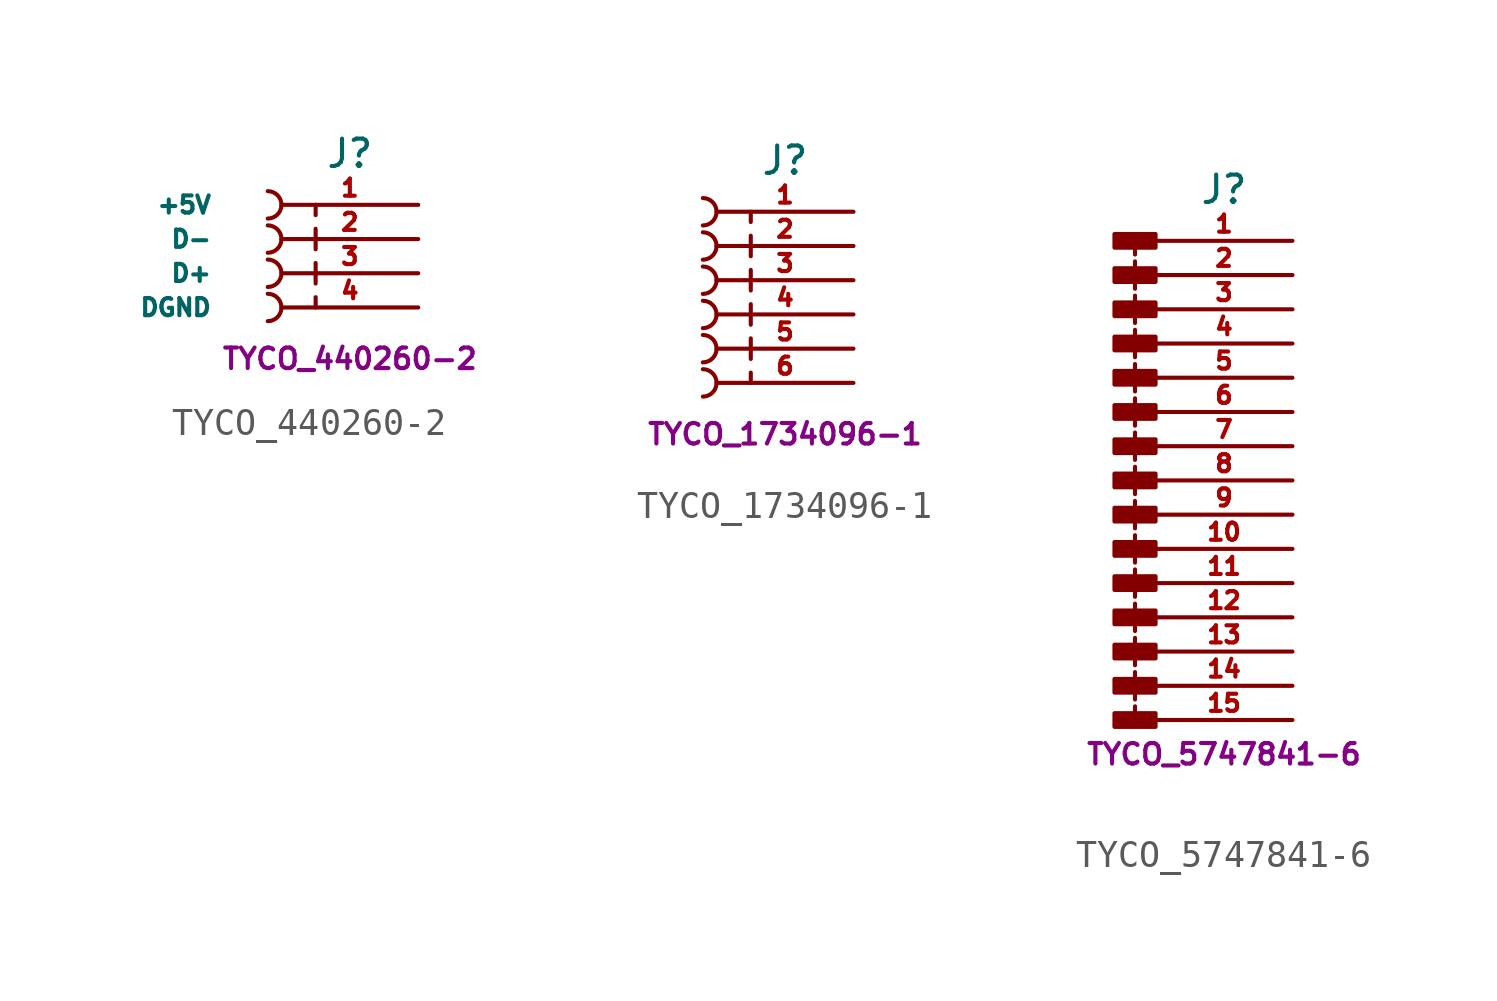
<source format=kicad_sym>
(kicad_symbol_lib
  (version 20211014)
  (generator kicad_symbol_editor)
  (symbol "TYCO_440260-2"
    (pin_names
      (offset 2.54))
    (property "Reference" "J"
      (at 0 3.175 0)
      (effects (font (size 1.016 1.016))))
    (property "Footprint" ""
      (at 0 -1.27 0)
      (effects (font (size 1.524 1.524))))
    (property "Datasheet" ""
      (at 0 -1.27 0)
      (effects (font (size 1.524 1.524))))
    (property "Unit" "TYCO_440260-2"
      (at 0 -4.445 0)
      (effects (font (size 0.762 0.762))))
    (symbol "TYCO_440260-2_0_1"
      (arc (start -3.048 -3.048) (mid -2.54 -2.54) (end -3.048 -2.032) (stroke (width 0) (type default) (color 0 0 0 0)) (fill (type none)))
      (arc (start -3.048 -1.778) (mid -2.54 -1.27) (end -3.048 -0.762) (stroke (width 0) (type default) (color 0 0 0 0)) (fill (type none)))
      (arc (start -3.048 -0.508) (mid -2.54 0) (end -3.048 0.508) (stroke (width 0) (type default) (color 0 0 0 0)) (fill (type none)))
      (arc (start -3.048 0.762) (mid -2.54 1.27) (end -3.048 1.778) (stroke (width 0) (type default) (color 0 0 0 0)) (fill (type none)))
      (polyline (pts (xy -1.27 -2.54) (xy -1.27 -2.159)) (stroke (width 0) (type default) (color 0 0 0 0)) (fill (type none)))
      (polyline (pts (xy -1.27 -1.651) (xy -1.27 -0.889)) (stroke (width 0) (type default) (color 0 0 0 0)) (fill (type none)))
      (polyline (pts (xy -1.27 -0.381) (xy -1.27 0.381)) (stroke (width 0) (type default) (color 0 0 0 0)) (fill (type none)))
      (polyline (pts (xy -1.27 1.27) (xy -1.27 0.889)) (stroke (width 0) (type default) (color 0 0 0 0)) (fill (type none))))
    (symbol "TYCO_440260-2_1_1"
      (pin passive line (at 2.54 1.27 180) (length 5.08) (name "+5V" (effects (font (size 0.635 0.635)))) (number "1" (effects (font (size 0.635 0.635)))))
      (pin passive line (at 2.54 0 180) (length 5.08) (name "D-" (effects (font (size 0.635 0.635)))) (number "2" (effects (font (size 0.635 0.635)))))
      (pin passive line (at 2.54 -1.27 180) (length 5.08) (name "D+" (effects (font (size 0.635 0.635)))) (number "3" (effects (font (size 0.635 0.635)))))
      (pin passive line (at 2.54 -2.54 180) (length 5.08) (name "DGND" (effects (font (size 0.635 0.635)))) (number "4" (effects (font (size 0.635 0.635)))))))
  (symbol "TYCO_1734096-1"
    (pin_names
      (offset 2.54))
    (property "Reference" "J"
      (at 0 5.715 0)
      (effects (font (size 1.016 1.016))))
    (property "Footprint" ""
      (at 0 1.27 0)
      (effects (font (size 1.524 1.524))))
    (property "Datasheet" ""
      (at 0 1.27 0)
      (effects (font (size 1.524 1.524))))
    (property "Unit" "TYCO_1734096-1"
      (at 0 -4.445 0)
      (effects (font (size 0.762 0.762))))
    (symbol "TYCO_1734096-1_0_1"
      (arc (start -3.048 -3.048) (mid -2.54 -2.54) (end -3.048 -2.032) (stroke (width 0) (type default) (color 0 0 0 0)) (fill (type none)))
      (arc (start -3.048 -1.778) (mid -2.54 -1.27) (end -3.048 -0.762) (stroke (width 0) (type default) (color 0 0 0 0)) (fill (type none)))
      (arc (start -3.048 -0.508) (mid -2.54 0) (end -3.048 0.508) (stroke (width 0) (type default) (color 0 0 0 0)) (fill (type none)))
      (arc (start -3.048 0.762) (mid -2.54 1.27) (end -3.048 1.778) (stroke (width 0) (type default) (color 0 0 0 0)) (fill (type none)))
      (arc (start -3.048 2.032) (mid -2.54 2.54) (end -3.048 3.048) (stroke (width 0) (type default) (color 0 0 0 0)) (fill (type none)))
      (arc (start -3.048 3.302) (mid -2.54 3.81) (end -3.048 4.318) (stroke (width 0) (type default) (color 0 0 0 0)) (fill (type none)))
      (polyline (pts (xy -1.27 -2.54) (xy -1.27 -2.159)) (stroke (width 0) (type default) (color 0 0 0 0)) (fill (type none)))
      (polyline (pts (xy -1.27 -1.651) (xy -1.27 -0.889)) (stroke (width 0) (type default) (color 0 0 0 0)) (fill (type none)))
      (polyline (pts (xy -1.27 -0.381) (xy -1.27 0.381)) (stroke (width 0) (type default) (color 0 0 0 0)) (fill (type none)))
      (polyline (pts (xy -1.27 0.889) (xy -1.27 1.651)) (stroke (width 0) (type default) (color 0 0 0 0)) (fill (type none)))
      (polyline (pts (xy -1.27 2.159) (xy -1.27 2.921)) (stroke (width 0) (type default) (color 0 0 0 0)) (fill (type none)))
      (polyline (pts (xy -1.27 3.81) (xy -1.27 3.429)) (stroke (width 0) (type default) (color 0 0 0 0)) (fill (type none))))
    (symbol "TYCO_1734096-1_1_1"
      (pin passive line (at 2.54 3.81 180) (length 5.08) (name "~" (effects (font (size 0.635 0.635)))) (number "1" (effects (font (size 0.635 0.635)))))
      (pin passive line (at 2.54 2.54 180) (length 5.08) (name "~" (effects (font (size 0.635 0.635)))) (number "2" (effects (font (size 0.635 0.635)))))
      (pin passive line (at 2.54 1.27 180) (length 5.08) (name "~" (effects (font (size 0.635 0.635)))) (number "3" (effects (font (size 0.635 0.635)))))
      (pin passive line (at 2.54 0 180) (length 5.08) (name "~" (effects (font (size 0.635 0.635)))) (number "4" (effects (font (size 0.635 0.635)))))
      (pin passive line (at 2.54 -1.27 180) (length 5.08) (name "~" (effects (font (size 0.635 0.635)))) (number "5" (effects (font (size 0.635 0.635)))))
      (pin passive line (at 2.54 -2.54 180) (length 5.08) (name "~" (effects (font (size 0.635 0.635)))) (number "6" (effects (font (size 0.635 0.635)))))))
  (symbol "TYCO_5747841-6"
    (pin_names
      (offset 2.54))
    (property "Reference" "J"
      (at 0 10.795 0)
      (effects (font (size 1.016 1.016))))
    (property "Footprint" ""
      (at 0 -7.62 0)
      (effects (font (size 1.524 1.524))))
    (property "Datasheet" ""
      (at 0 -7.62 0)
      (effects (font (size 1.524 1.524))))
    (property "Unit" "TYCO_5747841-6"
      (at 0 -10.16 0)
      (effects (font (size 0.762 0.762))))
    (symbol "TYCO_5747841-6_0_1"
      (rectangle (start -2.54 -8.636) (end -4.064 -9.144) (stroke (width 0) (type default) (color 0 0 0 0)) (fill (type outline)))
      (rectangle (start -2.54 -7.366) (end -4.064 -7.874) (stroke (width 0) (type default) (color 0 0 0 0)) (fill (type outline)))
      (rectangle (start -2.54 -6.096) (end -4.064 -6.604) (stroke (width 0) (type default) (color 0 0 0 0)) (fill (type outline)))
      (rectangle (start -2.54 -4.826) (end -4.064 -5.334) (stroke (width 0) (type default) (color 0 0 0 0)) (fill (type outline)))
      (rectangle (start -2.54 -3.556) (end -4.064 -4.064) (stroke (width 0) (type default) (color 0 0 0 0)) (fill (type outline)))
      (rectangle (start -2.54 -2.286) (end -4.064 -2.794) (stroke (width 0) (type default) (color 0 0 0 0)) (fill (type outline)))
      (rectangle (start -2.54 -1.016) (end -4.064 -1.524) (stroke (width 0) (type default) (color 0 0 0 0)) (fill (type outline)))
      (rectangle (start -2.54 0.254) (end -4.064 -0.254) (stroke (width 0) (type default) (color 0 0 0 0)) (fill (type outline)))
      (rectangle (start -2.54 1.524) (end -4.064 1.016) (stroke (width 0) (type default) (color 0 0 0 0)) (fill (type outline)))
      (rectangle (start -2.54 2.794) (end -4.064 2.286) (stroke (width 0) (type default) (color 0 0 0 0)) (fill (type outline)))
      (rectangle (start -2.54 4.064) (end -4.064 3.556) (stroke (width 0) (type default) (color 0 0 0 0)) (fill (type outline)))
      (rectangle (start -2.54 5.334) (end -4.064 4.826) (stroke (width 0) (type default) (color 0 0 0 0)) (fill (type outline)))
      (rectangle (start -2.54 6.604) (end -4.064 6.096) (stroke (width 0) (type default) (color 0 0 0 0)) (fill (type outline)))
      (rectangle (start -2.54 7.874) (end -4.064 7.366) (stroke (width 0) (type default) (color 0 0 0 0)) (fill (type outline)))
      (rectangle (start -2.54 9.144) (end -4.064 8.636) (stroke (width 0) (type default) (color 0 0 0 0)) (fill (type outline)))
      (polyline (pts (xy -3.302 -8.382) (xy -3.302 -8.89)) (stroke (width 0) (type default) (color 0 0 0 0)) (fill (type none)))
      (polyline (pts (xy -3.302 -7.112) (xy -3.302 -8.128)) (stroke (width 0) (type default) (color 0 0 0 0)) (fill (type none)))
      (polyline (pts (xy -3.302 -5.842) (xy -3.302 -6.858)) (stroke (width 0) (type default) (color 0 0 0 0)) (fill (type none)))
      (polyline (pts (xy -3.302 -4.572) (xy -3.302 -5.588)) (stroke (width 0) (type default) (color 0 0 0 0)) (fill (type none)))
      (polyline (pts (xy -3.302 -3.302) (xy -3.302 -4.318)) (stroke (width 0) (type default) (color 0 0 0 0)) (fill (type none)))
      (polyline (pts (xy -3.302 -2.032) (xy -3.302 -3.048)) (stroke (width 0) (type default) (color 0 0 0 0)) (fill (type none)))
      (polyline (pts (xy -3.302 -0.762) (xy -3.302 -1.778)) (stroke (width 0) (type default) (color 0 0 0 0)) (fill (type none)))
      (polyline (pts (xy -3.302 0.508) (xy -3.302 -0.508)) (stroke (width 0) (type default) (color 0 0 0 0)) (fill (type none)))
      (polyline (pts (xy -3.302 1.778) (xy -3.302 0.762)) (stroke (width 0) (type default) (color 0 0 0 0)) (fill (type none)))
      (polyline (pts (xy -3.302 3.048) (xy -3.302 2.032)) (stroke (width 0) (type default) (color 0 0 0 0)) (fill (type none)))
      (polyline (pts (xy -3.302 4.318) (xy -3.302 3.302)) (stroke (width 0) (type default) (color 0 0 0 0)) (fill (type none)))
      (polyline (pts (xy -3.302 5.588) (xy -3.302 4.572)) (stroke (width 0) (type default) (color 0 0 0 0)) (fill (type none)))
      (polyline (pts (xy -3.302 6.858) (xy -3.302 5.842)) (stroke (width 0) (type default) (color 0 0 0 0)) (fill (type none)))
      (polyline (pts (xy -3.302 8.128) (xy -3.302 7.112)) (stroke (width 0) (type default) (color 0 0 0 0)) (fill (type none)))
      (polyline (pts (xy -3.302 8.89) (xy -3.302 8.382)) (stroke (width 0) (type default) (color 0 0 0 0)) (fill (type none))))
    (symbol "TYCO_5747841-6_1_1"
      (pin passive line (at 2.54 8.89 180) (length 5.08) (name "~" (effects (font (size 0.635 0.635)))) (number "1" (effects (font (size 0.635 0.635)))))
      (pin passive line (at 2.54 -2.54 180) (length 5.08) (name "~" (effects (font (size 0.635 0.635)))) (number "10" (effects (font (size 0.635 0.635)))))
      (pin passive line (at 2.54 -3.81 180) (length 5.08) (name "~" (effects (font (size 0.635 0.635)))) (number "11" (effects (font (size 0.635 0.635)))))
      (pin passive line (at 2.54 -5.08 180) (length 5.08) (name "~" (effects (font (size 0.635 0.635)))) (number "12" (effects (font (size 0.635 0.635)))))
      (pin passive line (at 2.54 -6.35 180) (length 5.08) (name "~" (effects (font (size 0.635 0.635)))) (number "13" (effects (font (size 0.635 0.635)))))
      (pin passive line (at 2.54 -7.62 180) (length 5.08) (name "~" (effects (font (size 0.635 0.635)))) (number "14" (effects (font (size 0.635 0.635)))))
      (pin passive line (at 2.54 -8.89 180) (length 5.08) (name "~" (effects (font (size 0.635 0.635)))) (number "15" (effects (font (size 0.635 0.635)))))
      (pin passive line (at 2.54 7.62 180) (length 5.08) (name "~" (effects (font (size 0.635 0.635)))) (number "2" (effects (font (size 0.635 0.635)))))
      (pin passive line (at 2.54 6.35 180) (length 5.08) (name "~" (effects (font (size 0.635 0.635)))) (number "3" (effects (font (size 0.635 0.635)))))
      (pin passive line (at 2.54 5.08 180) (length 5.08) (name "~" (effects (font (size 0.635 0.635)))) (number "4" (effects (font (size 0.635 0.635)))))
      (pin passive line (at 2.54 3.81 180) (length 5.08) (name "~" (effects (font (size 0.635 0.635)))) (number "5" (effects (font (size 0.635 0.635)))))
      (pin passive line (at 2.54 2.54 180) (length 5.08) (name "~" (effects (font (size 0.635 0.635)))) (number "6" (effects (font (size 0.635 0.635)))))
      (pin passive line (at 2.54 1.27 180) (length 5.08) (name "~" (effects (font (size 0.635 0.635)))) (number "7" (effects (font (size 0.635 0.635)))))
      (pin passive line (at 2.54 0 180) (length 5.08) (name "~" (effects (font (size 0.635 0.635)))) (number "8" (effects (font (size 0.635 0.635)))))
      (pin passive line (at 2.54 -1.27 180) (length 5.08) (name "~" (effects (font (size 0.635 0.635)))) (number "9" (effects (font (size 0.635 0.635))))))))
</source>
